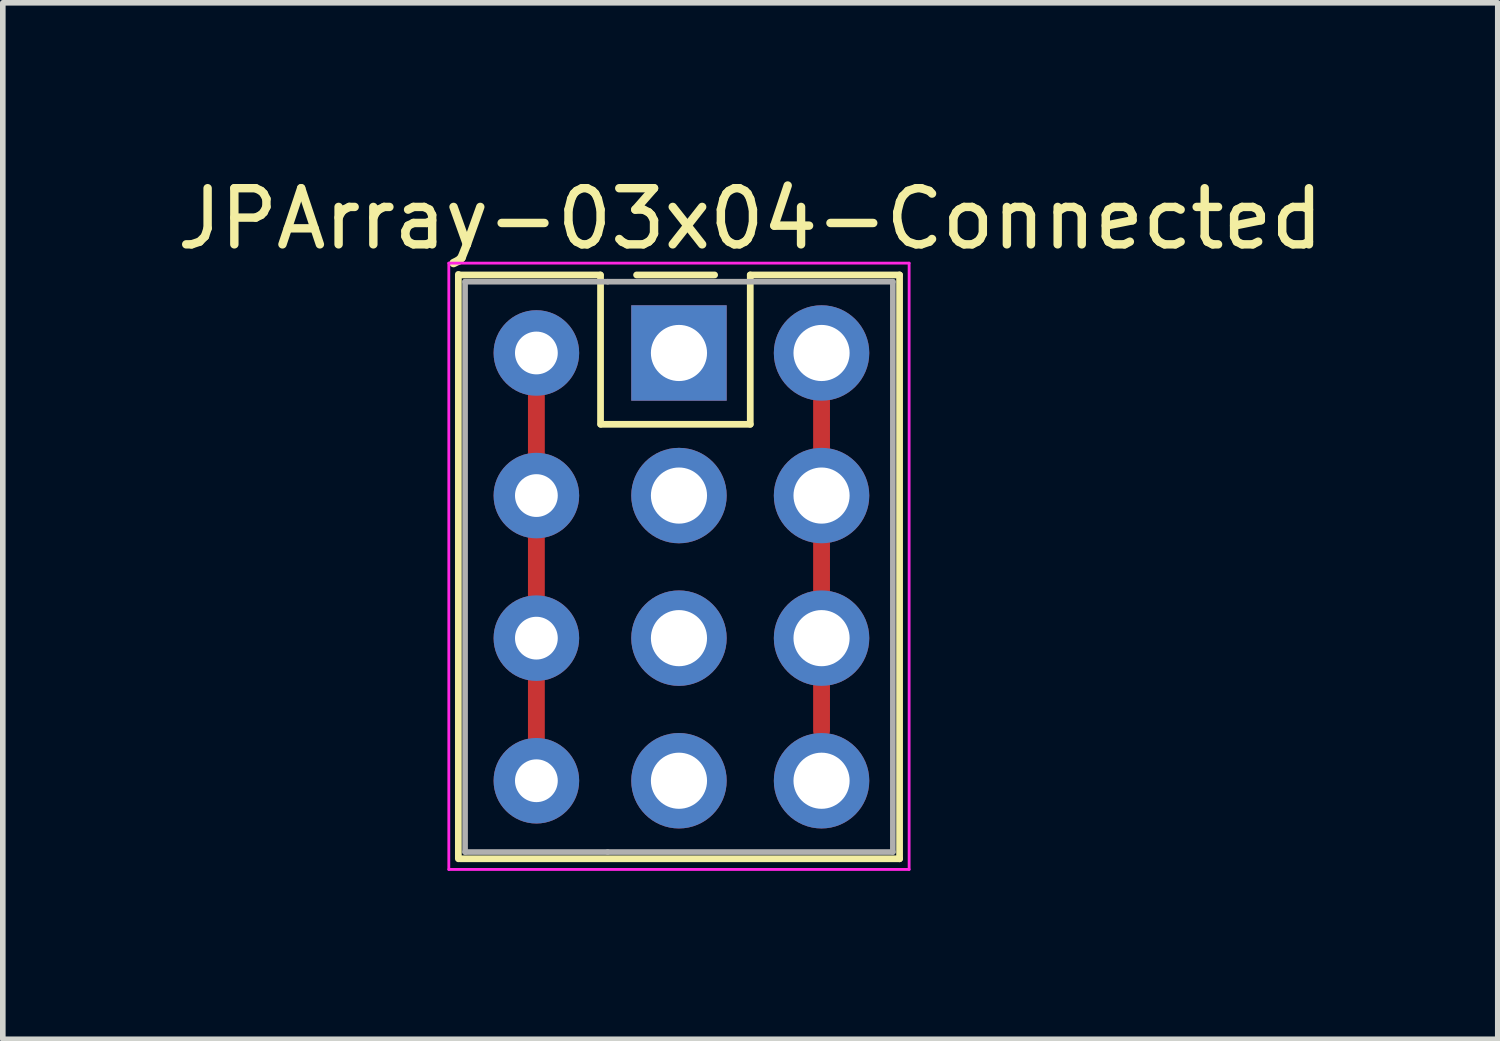
<source format=kicad_pcb>
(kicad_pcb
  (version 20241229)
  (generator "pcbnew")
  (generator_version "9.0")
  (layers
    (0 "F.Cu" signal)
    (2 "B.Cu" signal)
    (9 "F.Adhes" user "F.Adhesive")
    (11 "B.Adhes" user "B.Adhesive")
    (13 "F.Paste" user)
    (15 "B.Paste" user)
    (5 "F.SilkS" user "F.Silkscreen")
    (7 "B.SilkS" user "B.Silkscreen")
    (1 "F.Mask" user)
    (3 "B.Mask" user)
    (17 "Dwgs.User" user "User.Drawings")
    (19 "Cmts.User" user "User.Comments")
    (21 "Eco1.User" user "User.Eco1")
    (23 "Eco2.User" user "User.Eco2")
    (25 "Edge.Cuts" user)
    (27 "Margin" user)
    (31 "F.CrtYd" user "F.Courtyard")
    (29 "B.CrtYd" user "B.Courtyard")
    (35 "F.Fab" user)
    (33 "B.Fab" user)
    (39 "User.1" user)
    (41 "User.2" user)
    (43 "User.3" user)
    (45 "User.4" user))
  (footprint "JPArray-03x04-Connected"
    (layer "F.Cu")
    (at 9.045 3.238)
    (property "Reference" "JPArray-03x04-Connected" (at 1.27 -2.39 0) (layer "F.SilkS") (effects (font (size 1 1) (thickness 0.15))))
    (attr through_hole)
    (fp_line (start -2.54 0.762) (end -2.54 1.778) (stroke (width 0.3) (type solid)) (layer "F.Cu"))
    (fp_line (start -2.54 3.302) (end -2.54 4.318) (stroke (width 0.3) (type solid)) (layer "F.Cu"))
    (fp_line (start -2.54 5.842) (end -2.54 6.858) (stroke (width 0.3) (type solid)) (layer "F.Cu"))
    (fp_line (start 2.54 0.762) (end 2.54 1.778) (stroke (width 0.3) (type solid)) (layer "F.Cu"))
    (fp_line (start 2.54 3.302) (end 2.54 4.318) (stroke (width 0.3) (type solid)) (layer "F.Cu"))
    (fp_line (start 2.54 5.715) (end 2.54 6.731) (stroke (width 0.3) (type solid)) (layer "F.Cu"))
    (fp_line (start -3.93 -1.4) (end -3.93 9.01) (stroke (width 0.12) (type solid)) (layer "F.SilkS"))
    (fp_line (start -3.9 9.01) (end 3.93 9.01) (stroke (width 0.12) (type solid)) (layer "F.SilkS"))
    (fp_line (start -1.404 -1.39) (end -3.9 -1.39) (stroke (width 0.12) (type solid)) (layer "F.SilkS"))
    (fp_line (start -1.397 -1.39) (end -1.397 1.27) (stroke (width 0.12) (type solid)) (layer "F.SilkS"))
    (fp_line (start -0.755 -1.39) (end 0.635 -1.39) (stroke (width 0.12) (type solid)) (layer "F.SilkS"))
    (fp_line (start 1.27 -1.39) (end 1.27 1.27) (stroke (width 0.12) (type solid)) (layer "F.SilkS"))
    (fp_line (start 1.27 1.27) (end -1.39 1.27) (stroke (width 0.12) (type solid)) (layer "F.SilkS"))
    (fp_line (start 3.93 -1.39) (end 1.27 -1.39) (stroke (width 0.12) (type solid)) (layer "F.SilkS"))
    (fp_line (start 3.93 9.01) (end 3.93 -1.39) (stroke (width 0.12) (type solid)) (layer "F.SilkS"))
    (fp_line (start -4.1 -1.6) (end -4.1 9.2) (stroke (width 0.05) (type solid)) (layer "F.CrtYd"))
    (fp_line (start -4.1 9.2) (end 4.1 9.2) (stroke (width 0.05) (type solid)) (layer "F.CrtYd"))
    (fp_line (start 4.1 -1.6) (end -4.1 -1.6) (stroke (width 0.05) (type solid)) (layer "F.CrtYd"))
    (fp_line (start 4.1 9.2) (end 4.1 -1.6) (stroke (width 0.05) (type solid)) (layer "F.CrtYd"))
    (fp_line (start -3.81 -1.27) (end -3.81 8.89) (stroke (width 0.1) (type solid)) (layer "F.Fab"))
    (fp_line (start -3.81 -1.27) (end -1.27 -1.27) (stroke (width 0.1) (type solid)) (layer "F.Fab"))
    (fp_line (start -3.81 8.89) (end -1.27 8.89) (stroke (width 0.1) (type solid)) (layer "F.Fab"))
    (fp_line (start -1.27 8.89) (end 3.81 8.89) (stroke (width 0.1) (type solid)) (layer "F.Fab"))
    (fp_line (start 3.81 -1.27) (end -1.27 -1.27) (stroke (width 0.1) (type solid)) (layer "F.Fab"))
    (fp_line (start 3.81 8.89) (end 3.81 -1.27) (stroke (width 0.1) (type solid)) (layer "F.Fab"))
    (pad "" thru_hole circle (at -2.54 2.54) (size 1.524 1.524) (drill 0.762) (layers "*.Cu" "*.Mask"))
    (pad "" thru_hole circle (at -2.54 5.08) (size 1.524 1.524) (drill 0.762) (layers "*.Cu" "*.Mask"))
    (pad "" thru_hole circle (at -2.54 7.62) (size 1.524 1.524) (drill 0.762) (layers "*.Cu" "*.Mask"))
    (pad "" thru_hole oval (at 2.54 0) (size 1.7 1.7) (drill 1) (layers "*.Cu" "*.Mask"))
    (pad "" thru_hole oval (at 2.54 2.54) (size 1.7 1.7) (drill 1) (layers "*.Cu" "*.Mask"))
    (pad "" thru_hole oval (at 2.54 5.08) (size 1.7 1.7) (drill 1) (layers "*.Cu" "*.Mask"))
    (pad "1" thru_hole rect (at 0 0) (size 1.7 1.7) (drill 1) (layers "*.Cu" "*.Mask"))
    (pad "2" thru_hole oval (at 0 2.54) (size 1.7 1.7) (drill 1) (layers "*.Cu" "*.Mask"))
    (pad "3" thru_hole oval (at 0 5.08) (size 1.7 1.7) (drill 1) (layers "*.Cu" "*.Mask"))
    (pad "4" thru_hole oval (at 0 7.62) (size 1.7 1.7) (drill 1) (layers "*.Cu" "*.Mask"))
    (pad "5" thru_hole circle (at -2.54 0) (size 1.524 1.524) (drill 0.762) (layers "*.Cu" "*.Mask"))
    (pad "6" thru_hole oval (at 2.54 7.62) (size 1.7 1.7) (drill 1) (layers "*.Cu" "*.Mask")))
  (gr_rect
    (start -3 -3)
    (end 23.631 15.463)
    (stroke (width 0.1) (type default))
    (fill no)
    (layer "Edge.Cuts")))
</source>
